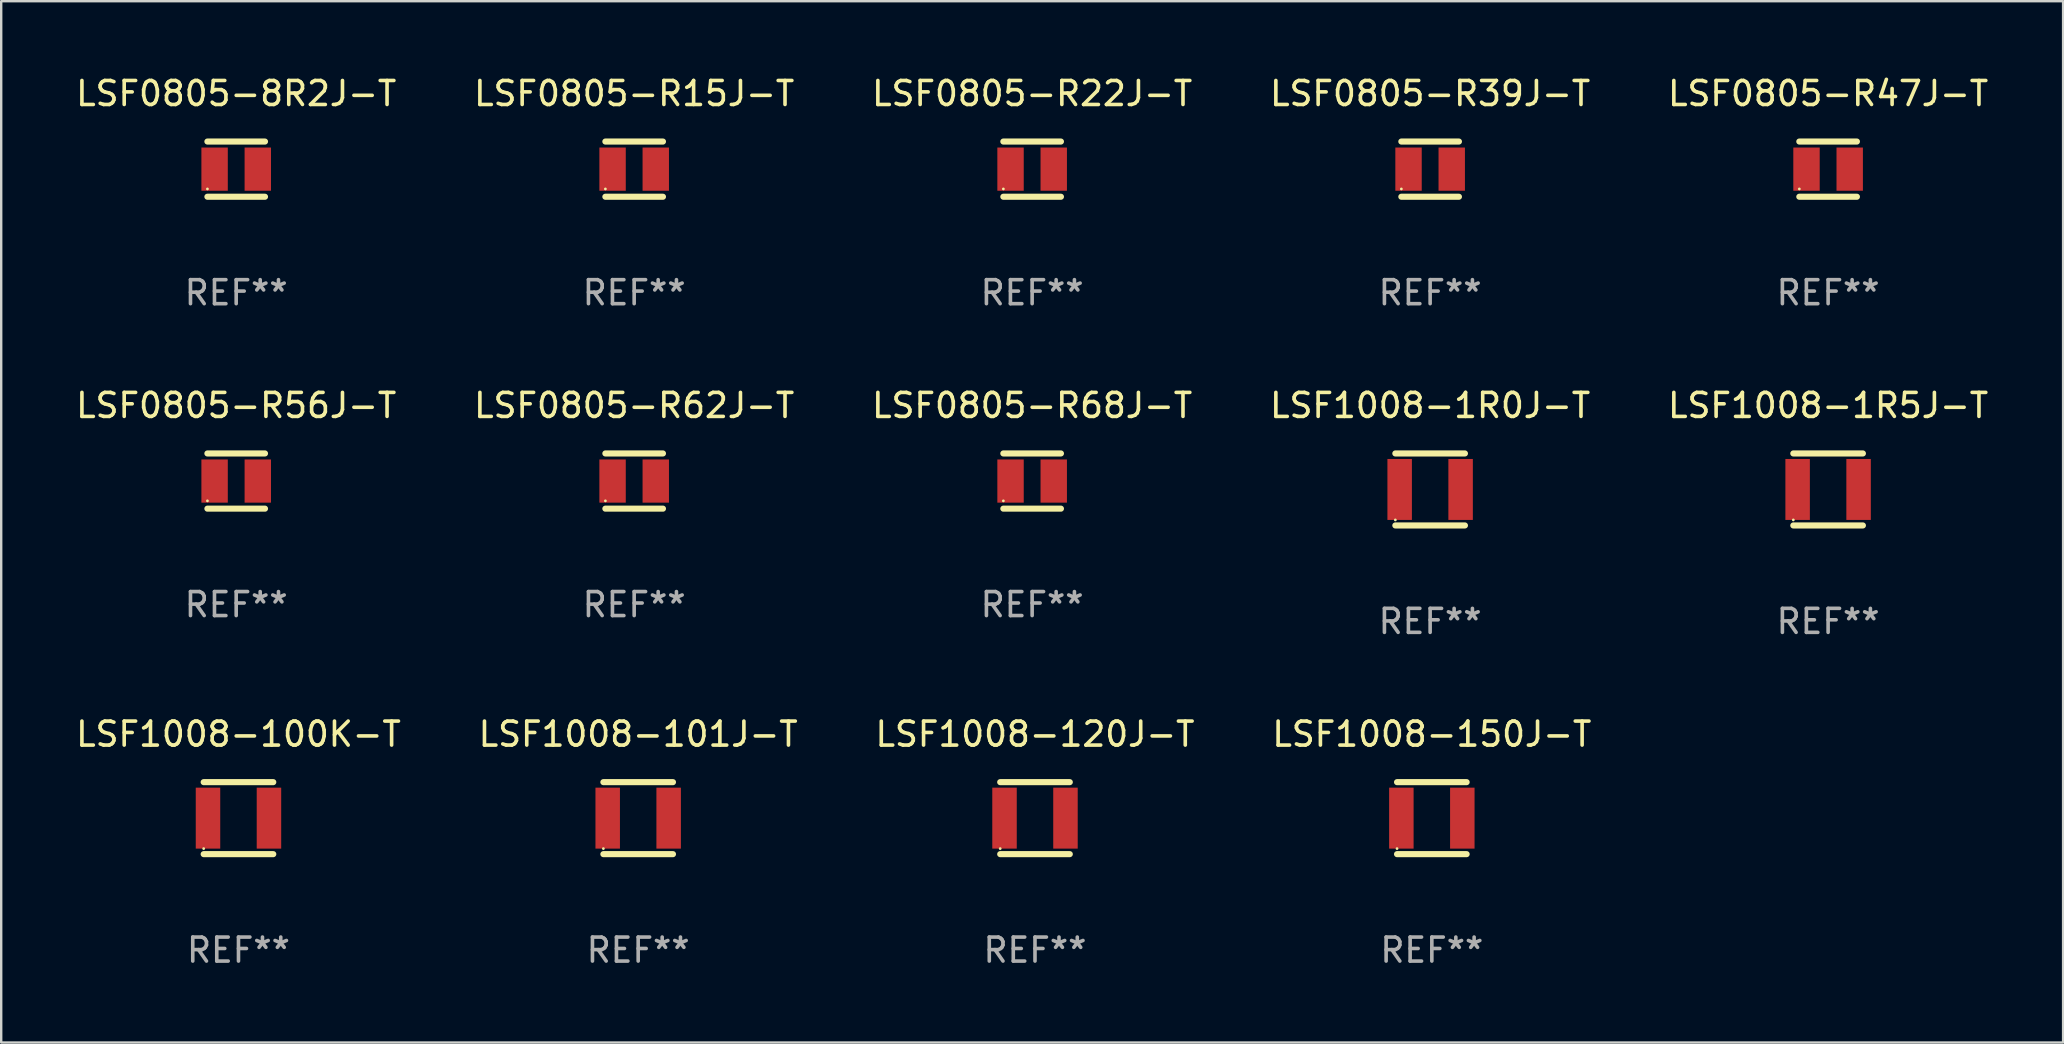
<source format=kicad_pcb>
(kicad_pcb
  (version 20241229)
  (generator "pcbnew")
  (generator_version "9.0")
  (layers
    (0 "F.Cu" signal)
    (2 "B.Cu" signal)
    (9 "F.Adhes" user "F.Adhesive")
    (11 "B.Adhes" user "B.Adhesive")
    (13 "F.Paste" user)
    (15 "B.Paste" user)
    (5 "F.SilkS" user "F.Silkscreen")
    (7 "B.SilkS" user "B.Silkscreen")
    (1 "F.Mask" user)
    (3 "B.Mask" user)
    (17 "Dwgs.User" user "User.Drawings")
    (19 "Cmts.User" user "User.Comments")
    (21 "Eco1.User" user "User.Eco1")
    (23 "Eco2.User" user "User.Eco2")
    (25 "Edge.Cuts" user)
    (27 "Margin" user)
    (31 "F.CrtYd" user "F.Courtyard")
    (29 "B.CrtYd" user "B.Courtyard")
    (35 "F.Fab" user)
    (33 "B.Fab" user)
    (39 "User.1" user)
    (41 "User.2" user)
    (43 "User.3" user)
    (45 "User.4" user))
  (footprint "LSF1008-101J-T"
    (layer "F.Cu")
    (at 23.542 31.041)
    (property "Reference" "LSF1008-101J-T" (at 0 -3.5 0) (layer "F.SilkS") (effects (font (size 1 1) (thickness 0.15))))
    (attr through_hole)
    (fp_line (start -1.45 -1.5) (end 1.45 -1.5) (stroke (width 0.254) (type solid)) (layer "F.SilkS"))
    (fp_line (start -1.45 1.5) (end 1.45 1.5) (stroke (width 0.254) (type solid)) (layer "F.SilkS"))
    (fp_circle (center -1.45 1.27) (end -1.42 1.27) (stroke (width 0.06) (type solid)) (fill no) (layer "F.SilkS"))
    (fp_text user "REF**" (at 0 5.5 0) (layer "F.Fab") (effects (font (size 1 1) (thickness 0.15))))
    (pad "1" smd rect (at -1.27 0 90) (size 2.54 1.02) (layers "F.Cu" "F.Mask" "F.Paste"))
    (pad "2" smd rect (at 1.27 0 90) (size 2.54 1.02) (layers "F.Cu" "F.Mask" "F.Paste")))
  (footprint "LSF0805-R56J-T"
    (layer "F.Cu")
    (at 6.792 16.995)
    (property "Reference" "LSF0805-R56J-T" (at 0 -3.15 0) (layer "F.SilkS") (effects (font (size 1 1) (thickness 0.15))))
    (attr through_hole)
    (fp_line (start -1.2 -1.15) (end 1.2 -1.15) (stroke (width 0.254) (type solid)) (layer "F.SilkS"))
    (fp_line (start -1.2 1.15) (end 1.2 1.15) (stroke (width 0.254) (type solid)) (layer "F.SilkS"))
    (fp_circle (center -1.199 0.825) (end -1.169 0.825) (stroke (width 0.06) (type solid)) (fill no) (layer "F.SilkS"))
    (fp_text user "REF**" (at 0 5.15 0) (layer "F.Fab") (effects (font (size 1 1) (thickness 0.15))))
    (pad "1" smd rect (at -0.9 0) (size 1.1 1.8) (layers "F.Cu" "F.Mask" "F.Paste"))
    (pad "2" smd rect (at 0.9 0) (size 1.1 1.8) (layers "F.Cu" "F.Mask" "F.Paste")))
  (footprint "LSF1008-100K-T"
    (layer "F.Cu")
    (at 6.887 31.041)
    (property "Reference" "LSF1008-100K-T" (at 0 -3.5 0) (layer "F.SilkS") (effects (font (size 1 1) (thickness 0.15))))
    (attr through_hole)
    (fp_line (start -1.45 -1.5) (end 1.45 -1.5) (stroke (width 0.254) (type solid)) (layer "F.SilkS"))
    (fp_line (start -1.45 1.5) (end 1.45 1.5) (stroke (width 0.254) (type solid)) (layer "F.SilkS"))
    (fp_circle (center -1.45 1.27) (end -1.42 1.27) (stroke (width 0.06) (type solid)) (fill no) (layer "F.SilkS"))
    (fp_text user "REF**" (at 0 5.5 0) (layer "F.Fab") (effects (font (size 1 1) (thickness 0.15))))
    (pad "1" smd rect (at -1.27 0 90) (size 2.54 1.02) (layers "F.Cu" "F.Mask" "F.Paste"))
    (pad "2" smd rect (at 1.27 0 90) (size 2.54 1.02) (layers "F.Cu" "F.Mask" "F.Paste")))
  (footprint "LSF0805-R68J-T"
    (layer "F.Cu")
    (at 39.958 16.995)
    (property "Reference" "LSF0805-R68J-T" (at 0 -3.15 0) (layer "F.SilkS") (effects (font (size 1 1) (thickness 0.15))))
    (attr through_hole)
    (fp_line (start -1.2 -1.15) (end 1.2 -1.15) (stroke (width 0.254) (type solid)) (layer "F.SilkS"))
    (fp_line (start -1.2 1.15) (end 1.2 1.15) (stroke (width 0.254) (type solid)) (layer "F.SilkS"))
    (fp_circle (center -1.199 0.825) (end -1.169 0.825) (stroke (width 0.06) (type solid)) (fill no) (layer "F.SilkS"))
    (fp_text user "REF**" (at 0 5.15 0) (layer "F.Fab") (effects (font (size 1 1) (thickness 0.15))))
    (pad "1" smd rect (at -0.9 0) (size 1.1 1.8) (layers "F.Cu" "F.Mask" "F.Paste"))
    (pad "2" smd rect (at 0.9 0) (size 1.1 1.8) (layers "F.Cu" "F.Mask" "F.Paste")))
  (footprint "LSF0805-8R2J-T"
    (layer "F.Cu")
    (at 6.792 3.998)
    (property "Reference" "LSF0805-8R2J-T" (at 0 -3.15 0) (layer "F.SilkS") (effects (font (size 1 1) (thickness 0.15))))
    (attr through_hole)
    (fp_line (start -1.2 -1.15) (end 1.2 -1.15) (stroke (width 0.254) (type solid)) (layer "F.SilkS"))
    (fp_line (start -1.2 1.15) (end 1.2 1.15) (stroke (width 0.254) (type solid)) (layer "F.SilkS"))
    (fp_circle (center -1.199 0.825) (end -1.169 0.825) (stroke (width 0.06) (type solid)) (fill no) (layer "F.SilkS"))
    (fp_text user "REF**" (at 0 5.15 0) (layer "F.Fab") (effects (font (size 1 1) (thickness 0.15))))
    (pad "1" smd rect (at -0.9 0) (size 1.1 1.8) (layers "F.Cu" "F.Mask" "F.Paste"))
    (pad "2" smd rect (at 0.9 0) (size 1.1 1.8) (layers "F.Cu" "F.Mask" "F.Paste")))
  (footprint "LSF1008-120J-T"
    (layer "F.Cu")
    (at 40.077 31.041)
    (property "Reference" "LSF1008-120J-T" (at 0 -3.5 0) (layer "F.SilkS") (effects (font (size 1 1) (thickness 0.15))))
    (attr through_hole)
    (fp_line (start -1.45 -1.5) (end 1.45 -1.5) (stroke (width 0.254) (type solid)) (layer "F.SilkS"))
    (fp_line (start -1.45 1.5) (end 1.45 1.5) (stroke (width 0.254) (type solid)) (layer "F.SilkS"))
    (fp_circle (center -1.45 1.27) (end -1.42 1.27) (stroke (width 0.06) (type solid)) (fill no) (layer "F.SilkS"))
    (fp_text user "REF**" (at 0 5.5 0) (layer "F.Fab") (effects (font (size 1 1) (thickness 0.15))))
    (pad "1" smd rect (at -1.27 0 90) (size 2.54 1.02) (layers "F.Cu" "F.Mask" "F.Paste"))
    (pad "2" smd rect (at 1.27 0 90) (size 2.54 1.02) (layers "F.Cu" "F.Mask" "F.Paste")))
  (footprint "LSF0805-R62J-T"
    (layer "F.Cu")
    (at 23.375 16.995)
    (property "Reference" "LSF0805-R62J-T" (at 0 -3.15 0) (layer "F.SilkS") (effects (font (size 1 1) (thickness 0.15))))
    (attr through_hole)
    (fp_line (start -1.2 -1.15) (end 1.2 -1.15) (stroke (width 0.254) (type solid)) (layer "F.SilkS"))
    (fp_line (start -1.2 1.15) (end 1.2 1.15) (stroke (width 0.254) (type solid)) (layer "F.SilkS"))
    (fp_circle (center -1.199 0.825) (end -1.169 0.825) (stroke (width 0.06) (type solid)) (fill no) (layer "F.SilkS"))
    (fp_text user "REF**" (at 0 5.15 0) (layer "F.Fab") (effects (font (size 1 1) (thickness 0.15))))
    (pad "1" smd rect (at -0.9 0) (size 1.1 1.8) (layers "F.Cu" "F.Mask" "F.Paste"))
    (pad "2" smd rect (at 0.9 0) (size 1.1 1.8) (layers "F.Cu" "F.Mask" "F.Paste")))
  (footprint "LSF1008-150J-T"
    (layer "F.Cu")
    (at 56.613 31.041)
    (property "Reference" "LSF1008-150J-T" (at 0 -3.5 0) (layer "F.SilkS") (effects (font (size 1 1) (thickness 0.15))))
    (attr through_hole)
    (fp_line (start -1.45 -1.5) (end 1.45 -1.5) (stroke (width 0.254) (type solid)) (layer "F.SilkS"))
    (fp_line (start -1.45 1.5) (end 1.45 1.5) (stroke (width 0.254) (type solid)) (layer "F.SilkS"))
    (fp_circle (center -1.45 1.27) (end -1.42 1.27) (stroke (width 0.06) (type solid)) (fill no) (layer "F.SilkS"))
    (fp_text user "REF**" (at 0 5.5 0) (layer "F.Fab") (effects (font (size 1 1) (thickness 0.15))))
    (pad "1" smd rect (at -1.27 0 90) (size 2.54 1.02) (layers "F.Cu" "F.Mask" "F.Paste"))
    (pad "2" smd rect (at 1.27 0 90) (size 2.54 1.02) (layers "F.Cu" "F.Mask" "F.Paste")))
  (footprint "LSF0805-R22J-T"
    (layer "F.Cu")
    (at 39.958 3.998)
    (property "Reference" "LSF0805-R22J-T" (at 0 -3.15 0) (layer "F.SilkS") (effects (font (size 1 1) (thickness 0.15))))
    (attr through_hole)
    (fp_line (start -1.2 -1.15) (end 1.2 -1.15) (stroke (width 0.254) (type solid)) (layer "F.SilkS"))
    (fp_line (start -1.2 1.15) (end 1.2 1.15) (stroke (width 0.254) (type solid)) (layer "F.SilkS"))
    (fp_circle (center -1.199 0.825) (end -1.169 0.825) (stroke (width 0.06) (type solid)) (fill no) (layer "F.SilkS"))
    (fp_text user "REF**" (at 0 5.15 0) (layer "F.Fab") (effects (font (size 1 1) (thickness 0.15))))
    (pad "1" smd rect (at -0.9 0) (size 1.1 1.8) (layers "F.Cu" "F.Mask" "F.Paste"))
    (pad "2" smd rect (at 0.9 0) (size 1.1 1.8) (layers "F.Cu" "F.Mask" "F.Paste")))
  (footprint "LSF1008-1R5J-T"
    (layer "F.Cu")
    (at 73.125 17.345)
    (property "Reference" "LSF1008-1R5J-T" (at 0 -3.5 0) (layer "F.SilkS") (effects (font (size 1 1) (thickness 0.15))))
    (attr through_hole)
    (fp_line (start -1.45 -1.5) (end 1.45 -1.5) (stroke (width 0.254) (type solid)) (layer "F.SilkS"))
    (fp_line (start -1.45 1.5) (end 1.45 1.5) (stroke (width 0.254) (type solid)) (layer "F.SilkS"))
    (fp_circle (center -1.45 1.27) (end -1.42 1.27) (stroke (width 0.06) (type solid)) (fill no) (layer "F.SilkS"))
    (fp_text user "REF**" (at 0 5.5 0) (layer "F.Fab") (effects (font (size 1 1) (thickness 0.15))))
    (pad "1" smd rect (at -1.27 0 90) (size 2.54 1.02) (layers "F.Cu" "F.Mask" "F.Paste"))
    (pad "2" smd rect (at 1.27 0 90) (size 2.54 1.02) (layers "F.Cu" "F.Mask" "F.Paste")))
  (footprint "LSF0805-R39J-T"
    (layer "F.Cu")
    (at 56.542 3.998)
    (property "Reference" "LSF0805-R39J-T" (at 0 -3.15 0) (layer "F.SilkS") (effects (font (size 1 1) (thickness 0.15))))
    (attr through_hole)
    (fp_line (start -1.2 -1.15) (end 1.2 -1.15) (stroke (width 0.254) (type solid)) (layer "F.SilkS"))
    (fp_line (start -1.2 1.15) (end 1.2 1.15) (stroke (width 0.254) (type solid)) (layer "F.SilkS"))
    (fp_circle (center -1.199 0.825) (end -1.169 0.825) (stroke (width 0.06) (type solid)) (fill no) (layer "F.SilkS"))
    (fp_text user "REF**" (at 0 5.15 0) (layer "F.Fab") (effects (font (size 1 1) (thickness 0.15))))
    (pad "1" smd rect (at -0.9 0) (size 1.1 1.8) (layers "F.Cu" "F.Mask" "F.Paste"))
    (pad "2" smd rect (at 0.9 0) (size 1.1 1.8) (layers "F.Cu" "F.Mask" "F.Paste")))
  (footprint "LSF0805-R15J-T"
    (layer "F.Cu")
    (at 23.375 3.998)
    (property "Reference" "LSF0805-R15J-T" (at 0 -3.15 0) (layer "F.SilkS") (effects (font (size 1 1) (thickness 0.15))))
    (attr through_hole)
    (fp_line (start -1.2 -1.15) (end 1.2 -1.15) (stroke (width 0.254) (type solid)) (layer "F.SilkS"))
    (fp_line (start -1.2 1.15) (end 1.2 1.15) (stroke (width 0.254) (type solid)) (layer "F.SilkS"))
    (fp_circle (center -1.199 0.825) (end -1.169 0.825) (stroke (width 0.06) (type solid)) (fill no) (layer "F.SilkS"))
    (fp_text user "REF**" (at 0 5.15 0) (layer "F.Fab") (effects (font (size 1 1) (thickness 0.15))))
    (pad "1" smd rect (at -0.9 0) (size 1.1 1.8) (layers "F.Cu" "F.Mask" "F.Paste"))
    (pad "2" smd rect (at 0.9 0) (size 1.1 1.8) (layers "F.Cu" "F.Mask" "F.Paste")))
  (footprint "LSF1008-1R0J-T"
    (layer "F.Cu")
    (at 56.542 17.345)
    (property "Reference" "LSF1008-1R0J-T" (at 0 -3.5 0) (layer "F.SilkS") (effects (font (size 1 1) (thickness 0.15))))
    (attr through_hole)
    (fp_line (start -1.45 -1.5) (end 1.45 -1.5) (stroke (width 0.254) (type solid)) (layer "F.SilkS"))
    (fp_line (start -1.45 1.5) (end 1.45 1.5) (stroke (width 0.254) (type solid)) (layer "F.SilkS"))
    (fp_circle (center -1.45 1.27) (end -1.42 1.27) (stroke (width 0.06) (type solid)) (fill no) (layer "F.SilkS"))
    (fp_text user "REF**" (at 0 5.5 0) (layer "F.Fab") (effects (font (size 1 1) (thickness 0.15))))
    (pad "1" smd rect (at -1.27 0 90) (size 2.54 1.02) (layers "F.Cu" "F.Mask" "F.Paste"))
    (pad "2" smd rect (at 1.27 0 90) (size 2.54 1.02) (layers "F.Cu" "F.Mask" "F.Paste")))
  (footprint "LSF0805-R47J-T"
    (layer "F.Cu")
    (at 73.125 3.998)
    (property "Reference" "LSF0805-R47J-T" (at 0 -3.15 0) (layer "F.SilkS") (effects (font (size 1 1) (thickness 0.15))))
    (attr through_hole)
    (fp_line (start -1.2 -1.15) (end 1.2 -1.15) (stroke (width 0.254) (type solid)) (layer "F.SilkS"))
    (fp_line (start -1.2 1.15) (end 1.2 1.15) (stroke (width 0.254) (type solid)) (layer "F.SilkS"))
    (fp_circle (center -1.199 0.825) (end -1.169 0.825) (stroke (width 0.06) (type solid)) (fill no) (layer "F.SilkS"))
    (fp_text user "REF**" (at 0 5.15 0) (layer "F.Fab") (effects (font (size 1 1) (thickness 0.15))))
    (pad "1" smd rect (at -0.9 0) (size 1.1 1.8) (layers "F.Cu" "F.Mask" "F.Paste"))
    (pad "2" smd rect (at 0.9 0) (size 1.1 1.8) (layers "F.Cu" "F.Mask" "F.Paste")))
  (gr_rect
    (start -3 -3)
    (end 82.917 40.39)
    (stroke (width 0.1) (type default))
    (fill no)
    (layer "Edge.Cuts")))
</source>
